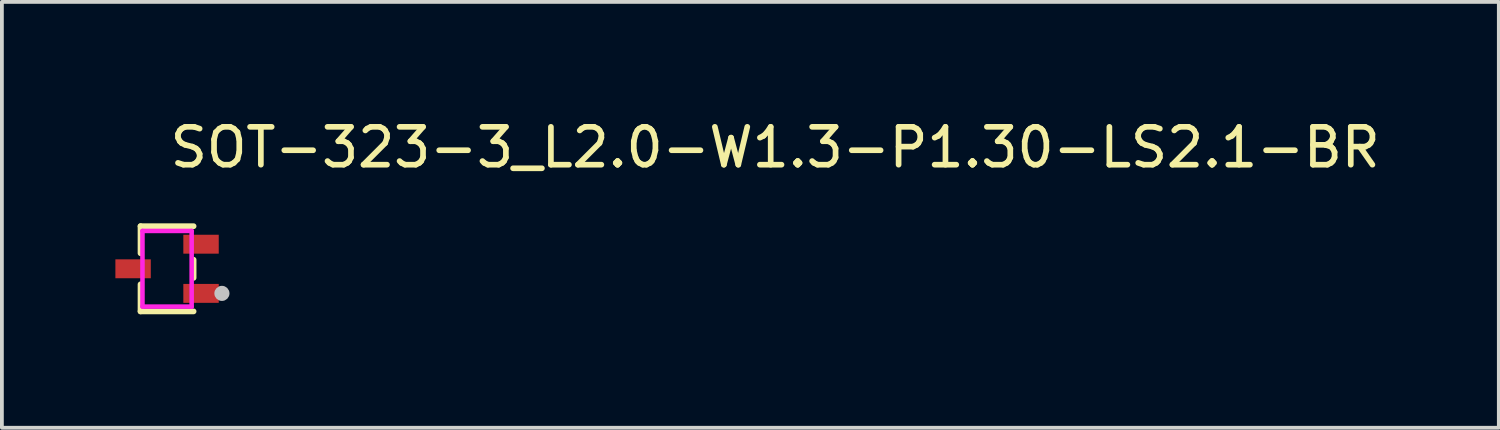
<source format=kicad_pcb>
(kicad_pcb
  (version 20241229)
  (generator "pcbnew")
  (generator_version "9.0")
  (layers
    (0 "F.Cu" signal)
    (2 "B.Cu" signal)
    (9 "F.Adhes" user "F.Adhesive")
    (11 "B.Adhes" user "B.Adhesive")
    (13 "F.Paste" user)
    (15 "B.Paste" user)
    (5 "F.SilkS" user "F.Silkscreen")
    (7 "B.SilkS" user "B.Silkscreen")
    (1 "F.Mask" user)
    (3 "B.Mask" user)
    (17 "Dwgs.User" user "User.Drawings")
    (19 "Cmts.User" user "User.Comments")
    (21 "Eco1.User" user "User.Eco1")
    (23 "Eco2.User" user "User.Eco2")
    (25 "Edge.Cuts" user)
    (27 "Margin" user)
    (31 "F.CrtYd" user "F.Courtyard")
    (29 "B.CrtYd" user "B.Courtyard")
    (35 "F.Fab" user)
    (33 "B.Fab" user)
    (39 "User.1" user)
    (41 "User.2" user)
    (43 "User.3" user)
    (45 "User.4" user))
  (footprint "SOT-323-3_L2.0-W1.3-P1.30-LS2.1-BR"
    (layer "F.Cu")
    (at 1.366 4.055)
    (property "Reference" "SOT-323-3_L2.0-W1.3-P1.30-LS2.1-BR" (at 0 -3.207 0) (layer "F.SilkS") (effects (font (size 1 1) (thickness 0.15)) (justify left)))
    (attr through_hole)
    (fp_line (start -0.701 -1.126) (end -0.701 -0.411) (stroke (width 0.152) (type solid)) (layer "F.SilkS"))
    (fp_line (start -0.701 1.126) (end -0.701 0.411) (stroke (width 0.152) (type solid)) (layer "F.SilkS"))
    (fp_line (start 0.701 -1.126) (end -0.701 -1.126) (stroke (width 0.152) (type solid)) (layer "F.SilkS"))
    (fp_line (start 0.701 -0.239) (end 0.701 0.239) (stroke (width 0.152) (type solid)) (layer "F.SilkS"))
    (fp_line (start 0.701 1.126) (end -0.701 1.126) (stroke (width 0.152) (type solid)) (layer "F.SilkS"))
    (fp_circle (center 1.45 0.65) (end 1.55 0.65) (stroke (width 0.2) (type solid)) (fill no) (layer "Dwgs.User"))
    (fp_line (start -0.76 -0.175) (end -0.64 -0.175) (stroke (width 0.12) (type solid)) (layer "Eco2.User"))
    (fp_line (start -0.76 0.175) (end -0.76 -0.175) (stroke (width 0.12) (type solid)) (layer "Eco2.User"))
    (fp_line (start -0.64 -0.175) (end -0.64 0.175) (stroke (width 0.12) (type solid)) (layer "Eco2.User"))
    (fp_line (start -0.64 0.175) (end -0.76 0.175) (stroke (width 0.12) (type solid)) (layer "Eco2.User"))
    (fp_line (start 0.64 -0.825) (end 0.76 -0.825) (stroke (width 0.12) (type solid)) (layer "Eco2.User"))
    (fp_line (start 0.64 -0.475) (end 0.64 -0.825) (stroke (width 0.12) (type solid)) (layer "Eco2.User"))
    (fp_line (start 0.64 0.475) (end 0.76 0.475) (stroke (width 0.12) (type solid)) (layer "Eco2.User"))
    (fp_line (start 0.64 0.825) (end 0.64 0.475) (stroke (width 0.12) (type solid)) (layer "Eco2.User"))
    (fp_line (start 0.76 -0.825) (end 0.76 -0.475) (stroke (width 0.12) (type solid)) (layer "Eco2.User"))
    (fp_line (start 0.76 -0.475) (end 0.64 -0.475) (stroke (width 0.12) (type solid)) (layer "Eco2.User"))
    (fp_line (start 0.76 0.475) (end 0.76 0.825) (stroke (width 0.12) (type solid)) (layer "Eco2.User"))
    (fp_line (start 0.76 0.825) (end 0.64 0.825) (stroke (width 0.12) (type solid)) (layer "Eco2.User"))
    (fp_circle (center 1.05 1) (end 1.08 1) (stroke (width 0.06) (type solid)) (fill no) (layer "Eco2.User"))
    (fp_poly (pts (xy -1.05 0.175) (xy -1.05 -0.175) (xy -0.75 -0.175) (xy -0.75 0.175)) (stroke (width 0.12) (type solid)) (fill no) (layer "Eco2.User"))
    (fp_poly (pts (xy 0.75 -0.475) (xy 0.75 -0.825) (xy 1.05 -0.825) (xy 1.05 -0.475)) (stroke (width 0.12) (type solid)) (fill no) (layer "Eco2.User"))
    (fp_poly (pts (xy 0.75 0.825) (xy 0.75 0.475) (xy 1.05 0.475) (xy 1.05 0.825)) (stroke (width 0.12) (type solid)) (fill no) (layer "Eco2.User"))
    (fp_line (start -0.65 -1) (end 0.65 -1) (stroke (width 0.12) (type solid)) (layer "F.CrtYd"))
    (fp_line (start -0.65 1) (end -0.65 -1) (stroke (width 0.12) (type solid)) (layer "F.CrtYd"))
    (fp_line (start 0.65 -1) (end 0.65 1) (stroke (width 0.12) (type solid)) (layer "F.CrtYd"))
    (fp_line (start 0.65 1) (end -0.65 1) (stroke (width 0.12) (type solid)) (layer "F.CrtYd"))
    (pad "1" smd rect (at 0.898 0.65) (size 0.936 0.5) (layers "F.Cu" "F.Mask" "F.Paste"))
    (pad "2" smd rect (at 0.898 -0.65) (size 0.936 0.5) (layers "F.Cu" "F.Mask" "F.Paste"))
    (pad "3" smd rect (at -0.898 0) (size 0.936 0.5) (layers "F.Cu" "F.Mask" "F.Paste")))
  (gr_rect
    (start -3 -3)
    (end 36.568 8.257)
    (stroke (width 0.1) (type default))
    (fill no)
    (layer "Edge.Cuts")))
</source>
